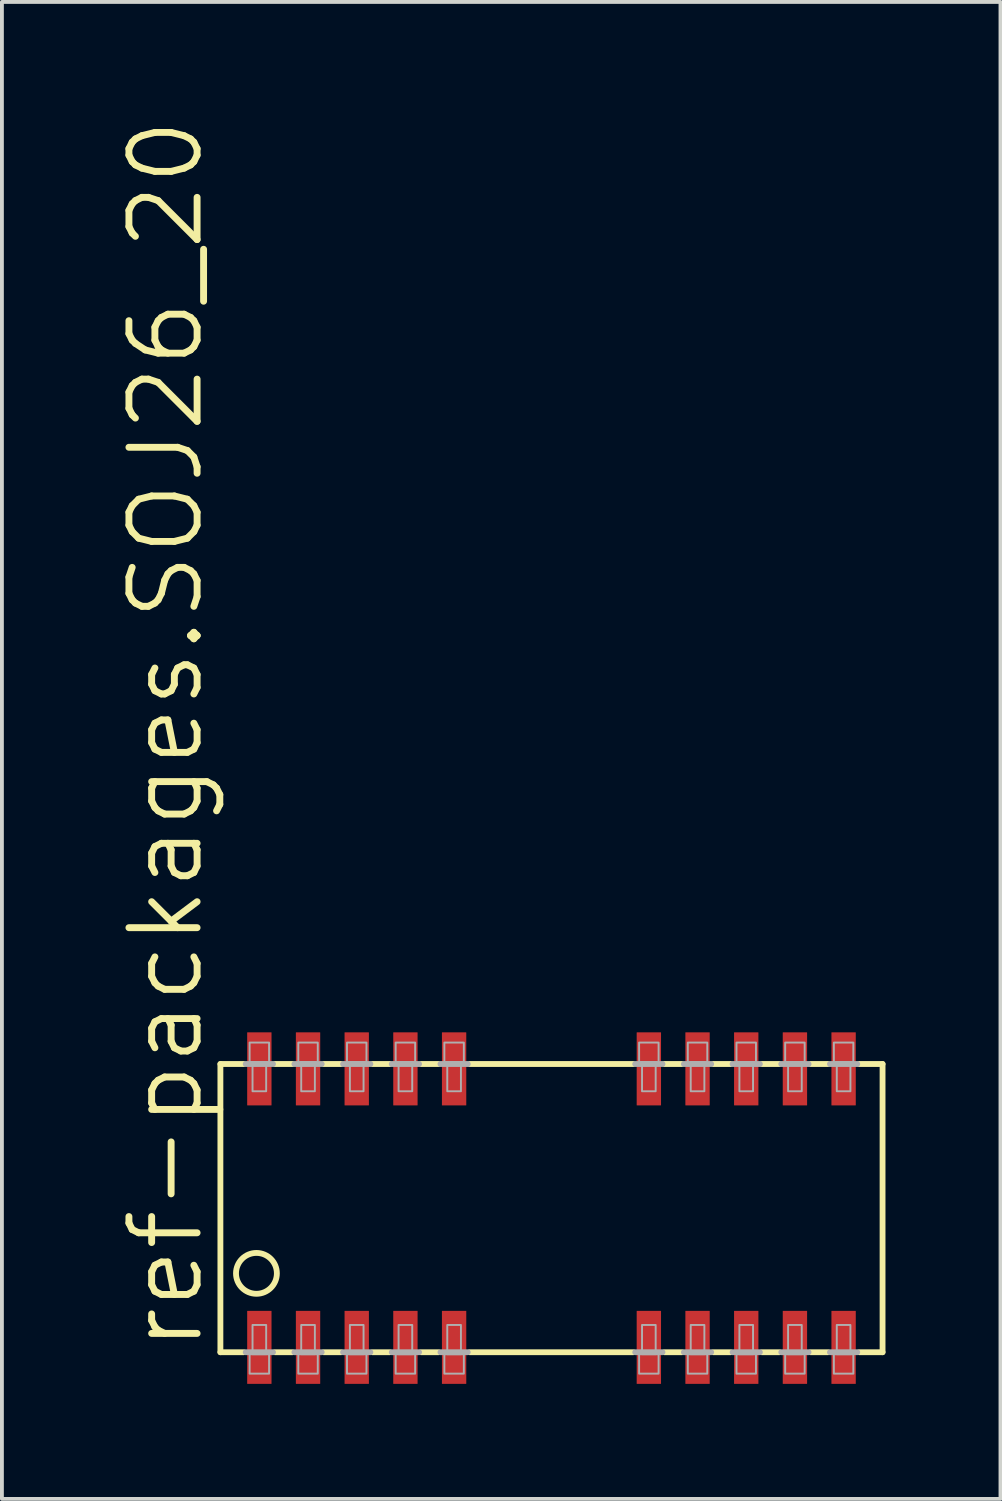
<source format=kicad_pcb>
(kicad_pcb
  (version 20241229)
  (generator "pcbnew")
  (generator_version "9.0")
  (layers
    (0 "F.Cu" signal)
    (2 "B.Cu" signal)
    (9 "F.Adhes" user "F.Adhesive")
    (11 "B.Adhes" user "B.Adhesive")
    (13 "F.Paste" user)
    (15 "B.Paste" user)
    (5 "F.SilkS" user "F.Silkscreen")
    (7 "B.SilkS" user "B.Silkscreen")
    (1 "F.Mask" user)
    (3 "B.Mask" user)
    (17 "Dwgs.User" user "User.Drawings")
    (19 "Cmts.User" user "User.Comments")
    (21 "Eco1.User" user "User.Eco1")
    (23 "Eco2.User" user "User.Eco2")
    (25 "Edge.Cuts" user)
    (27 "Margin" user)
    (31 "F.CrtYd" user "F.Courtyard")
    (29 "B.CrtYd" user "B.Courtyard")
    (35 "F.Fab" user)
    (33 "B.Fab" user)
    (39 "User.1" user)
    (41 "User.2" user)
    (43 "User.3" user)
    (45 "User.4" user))
  (footprint "ref-packages.SOJ26_20"
    (layer "F.Cu")
    (at 11.335 28.463)
    (property "Reference" "ref-packages.SOJ26_20" (at -9.017 3.81 90) (layer "F.SilkS") (effects (font (size 1.778 1.778) (thickness 0.18)) (justify left bottom)))
    (attr smd)
    (fp_line (start -8.636 -3.759) (end -8.636 3.759) (stroke (width 0.152) (type default)) (layer "F.SilkS"))
    (fp_line (start -8.636 -3.759) (end -8.026 -3.759) (stroke (width 0.152) (type default)) (layer "F.SilkS"))
    (fp_line (start -8.636 3.759) (end -8.026 3.759) (stroke (width 0.152) (type default)) (layer "F.SilkS"))
    (fp_line (start -7.214 -3.759) (end -6.756 -3.759) (stroke (width 0.152) (type default)) (layer "F.SilkS"))
    (fp_line (start -6.756 3.759) (end -7.214 3.759) (stroke (width 0.152) (type default)) (layer "F.SilkS"))
    (fp_line (start -5.944 -3.759) (end -5.486 -3.759) (stroke (width 0.152) (type default)) (layer "F.SilkS"))
    (fp_line (start -5.486 3.759) (end -5.944 3.759) (stroke (width 0.152) (type default)) (layer "F.SilkS"))
    (fp_line (start -4.674 -3.759) (end -4.216 -3.759) (stroke (width 0.152) (type default)) (layer "F.SilkS"))
    (fp_line (start -4.216 3.759) (end -4.674 3.759) (stroke (width 0.152) (type default)) (layer "F.SilkS"))
    (fp_line (start -3.404 -3.759) (end -2.946 -3.759) (stroke (width 0.152) (type default)) (layer "F.SilkS"))
    (fp_line (start -2.946 3.759) (end -3.404 3.759) (stroke (width 0.152) (type default)) (layer "F.SilkS"))
    (fp_line (start -2.134 -3.759) (end 2.134 -3.759) (stroke (width 0.152) (type default)) (layer "F.SilkS"))
    (fp_line (start 2.134 3.759) (end -2.134 3.759) (stroke (width 0.152) (type default)) (layer "F.SilkS"))
    (fp_line (start 2.946 -3.759) (end 3.404 -3.759) (stroke (width 0.152) (type default)) (layer "F.SilkS"))
    (fp_line (start 3.404 3.759) (end 2.946 3.759) (stroke (width 0.152) (type default)) (layer "F.SilkS"))
    (fp_line (start 4.216 -3.759) (end 4.674 -3.759) (stroke (width 0.152) (type default)) (layer "F.SilkS"))
    (fp_line (start 4.674 3.759) (end 4.216 3.759) (stroke (width 0.152) (type default)) (layer "F.SilkS"))
    (fp_line (start 5.486 -3.759) (end 5.944 -3.759) (stroke (width 0.152) (type default)) (layer "F.SilkS"))
    (fp_line (start 5.944 3.759) (end 5.486 3.759) (stroke (width 0.152) (type default)) (layer "F.SilkS"))
    (fp_line (start 6.756 -3.759) (end 7.214 -3.759) (stroke (width 0.152) (type default)) (layer "F.SilkS"))
    (fp_line (start 7.214 3.759) (end 6.756 3.759) (stroke (width 0.152) (type default)) (layer "F.SilkS"))
    (fp_line (start 8.636 -3.759) (end 8.026 -3.759) (stroke (width 0.152) (type default)) (layer "F.SilkS"))
    (fp_line (start 8.636 3.759) (end 8.026 3.759) (stroke (width 0.152) (type default)) (layer "F.SilkS"))
    (fp_line (start 8.636 3.759) (end 8.636 -3.759) (stroke (width 0.152) (type default)) (layer "F.SilkS"))
    (fp_circle (center -7.696 1.702) (end -7.163 1.702) (stroke (width 0.152) (type default)) (fill no) (layer "F.SilkS"))
    (fp_line (start -7.976 -3.759) (end -7.264 -3.759) (stroke (width 0.152) (type default)) (layer "F.Fab"))
    (fp_line (start -7.976 3.759) (end -7.264 3.759) (stroke (width 0.152) (type default)) (layer "F.Fab"))
    (fp_line (start -6.706 -3.759) (end -5.994 -3.759) (stroke (width 0.152) (type default)) (layer "F.Fab"))
    (fp_line (start -5.994 3.759) (end -6.706 3.759) (stroke (width 0.152) (type default)) (layer "F.Fab"))
    (fp_line (start -5.436 -3.759) (end -4.724 -3.759) (stroke (width 0.152) (type default)) (layer "F.Fab"))
    (fp_line (start -4.724 3.759) (end -5.436 3.759) (stroke (width 0.152) (type default)) (layer "F.Fab"))
    (fp_line (start -4.166 -3.759) (end -3.454 -3.759) (stroke (width 0.152) (type default)) (layer "F.Fab"))
    (fp_line (start -3.454 3.759) (end -4.166 3.759) (stroke (width 0.152) (type default)) (layer "F.Fab"))
    (fp_line (start -2.896 -3.759) (end -2.184 -3.759) (stroke (width 0.152) (type default)) (layer "F.Fab"))
    (fp_line (start -2.184 3.759) (end -2.896 3.759) (stroke (width 0.152) (type default)) (layer "F.Fab"))
    (fp_line (start 2.184 -3.759) (end 2.896 -3.759) (stroke (width 0.152) (type default)) (layer "F.Fab"))
    (fp_line (start 2.896 3.759) (end 2.184 3.759) (stroke (width 0.152) (type default)) (layer "F.Fab"))
    (fp_line (start 3.454 -3.759) (end 4.166 -3.759) (stroke (width 0.152) (type default)) (layer "F.Fab"))
    (fp_line (start 4.166 3.759) (end 3.454 3.759) (stroke (width 0.152) (type default)) (layer "F.Fab"))
    (fp_line (start 4.724 -3.759) (end 5.436 -3.759) (stroke (width 0.152) (type default)) (layer "F.Fab"))
    (fp_line (start 5.436 3.759) (end 4.724 3.759) (stroke (width 0.152) (type default)) (layer "F.Fab"))
    (fp_line (start 5.994 -3.759) (end 6.706 -3.759) (stroke (width 0.152) (type default)) (layer "F.Fab"))
    (fp_line (start 6.706 3.759) (end 5.994 3.759) (stroke (width 0.152) (type default)) (layer "F.Fab"))
    (fp_line (start 7.976 -3.759) (end 7.264 -3.759) (stroke (width 0.152) (type default)) (layer "F.Fab"))
    (fp_line (start 7.976 3.759) (end 7.264 3.759) (stroke (width 0.152) (type default)) (layer "F.Fab"))
    (fp_rect (start -7.874 -3.81) (end -7.366 -4.318) (stroke (width 0.05) (type default)) (fill no) (layer "F.Fab"))
    (fp_rect (start -7.874 4.318) (end -7.366 3.81) (stroke (width 0.05) (type default)) (fill no) (layer "F.Fab"))
    (fp_rect (start -7.798 -3.048) (end -7.442 -3.81) (stroke (width 0.05) (type default)) (fill no) (layer "F.Fab"))
    (fp_rect (start -7.798 3.81) (end -7.442 3.048) (stroke (width 0.05) (type default)) (fill no) (layer "F.Fab"))
    (fp_rect (start -6.604 -3.81) (end -6.096 -4.318) (stroke (width 0.05) (type default)) (fill no) (layer "F.Fab"))
    (fp_rect (start -6.604 4.318) (end -6.096 3.81) (stroke (width 0.05) (type default)) (fill no) (layer "F.Fab"))
    (fp_rect (start -6.528 -3.048) (end -6.172 -3.81) (stroke (width 0.05) (type default)) (fill no) (layer "F.Fab"))
    (fp_rect (start -6.528 3.81) (end -6.172 3.048) (stroke (width 0.05) (type default)) (fill no) (layer "F.Fab"))
    (fp_rect (start -5.334 -3.81) (end -4.826 -4.318) (stroke (width 0.05) (type default)) (fill no) (layer "F.Fab"))
    (fp_rect (start -5.334 4.318) (end -4.826 3.81) (stroke (width 0.05) (type default)) (fill no) (layer "F.Fab"))
    (fp_rect (start -5.258 -3.048) (end -4.902 -3.81) (stroke (width 0.05) (type default)) (fill no) (layer "F.Fab"))
    (fp_rect (start -5.258 3.81) (end -4.902 3.048) (stroke (width 0.05) (type default)) (fill no) (layer "F.Fab"))
    (fp_rect (start -4.064 -3.81) (end -3.556 -4.318) (stroke (width 0.05) (type default)) (fill no) (layer "F.Fab"))
    (fp_rect (start -4.064 4.318) (end -3.556 3.81) (stroke (width 0.05) (type default)) (fill no) (layer "F.Fab"))
    (fp_rect (start -3.988 -3.048) (end -3.632 -3.81) (stroke (width 0.05) (type default)) (fill no) (layer "F.Fab"))
    (fp_rect (start -3.988 3.81) (end -3.632 3.048) (stroke (width 0.05) (type default)) (fill no) (layer "F.Fab"))
    (fp_rect (start -2.794 -3.81) (end -2.286 -4.318) (stroke (width 0.05) (type default)) (fill no) (layer "F.Fab"))
    (fp_rect (start -2.794 4.318) (end -2.286 3.81) (stroke (width 0.05) (type default)) (fill no) (layer "F.Fab"))
    (fp_rect (start -2.718 -3.048) (end -2.362 -3.81) (stroke (width 0.05) (type default)) (fill no) (layer "F.Fab"))
    (fp_rect (start -2.718 3.81) (end -2.362 3.048) (stroke (width 0.05) (type default)) (fill no) (layer "F.Fab"))
    (fp_rect (start 2.286 -3.81) (end 2.794 -4.318) (stroke (width 0.05) (type default)) (fill no) (layer "F.Fab"))
    (fp_rect (start 2.286 4.318) (end 2.794 3.81) (stroke (width 0.05) (type default)) (fill no) (layer "F.Fab"))
    (fp_rect (start 2.362 -3.048) (end 2.718 -3.81) (stroke (width 0.05) (type default)) (fill no) (layer "F.Fab"))
    (fp_rect (start 2.362 3.81) (end 2.718 3.048) (stroke (width 0.05) (type default)) (fill no) (layer "F.Fab"))
    (fp_rect (start 3.556 -3.81) (end 4.064 -4.318) (stroke (width 0.05) (type default)) (fill no) (layer "F.Fab"))
    (fp_rect (start 3.556 4.318) (end 4.064 3.81) (stroke (width 0.05) (type default)) (fill no) (layer "F.Fab"))
    (fp_rect (start 3.632 -3.048) (end 3.988 -3.81) (stroke (width 0.05) (type default)) (fill no) (layer "F.Fab"))
    (fp_rect (start 3.632 3.81) (end 3.988 3.048) (stroke (width 0.05) (type default)) (fill no) (layer "F.Fab"))
    (fp_rect (start 4.826 -3.81) (end 5.334 -4.318) (stroke (width 0.05) (type default)) (fill no) (layer "F.Fab"))
    (fp_rect (start 4.826 4.318) (end 5.334 3.81) (stroke (width 0.05) (type default)) (fill no) (layer "F.Fab"))
    (fp_rect (start 4.902 -3.048) (end 5.258 -3.81) (stroke (width 0.05) (type default)) (fill no) (layer "F.Fab"))
    (fp_rect (start 4.902 3.81) (end 5.258 3.048) (stroke (width 0.05) (type default)) (fill no) (layer "F.Fab"))
    (fp_rect (start 6.096 -3.81) (end 6.604 -4.318) (stroke (width 0.05) (type default)) (fill no) (layer "F.Fab"))
    (fp_rect (start 6.096 4.318) (end 6.604 3.81) (stroke (width 0.05) (type default)) (fill no) (layer "F.Fab"))
    (fp_rect (start 6.172 -3.048) (end 6.528 -3.81) (stroke (width 0.05) (type default)) (fill no) (layer "F.Fab"))
    (fp_rect (start 6.172 3.81) (end 6.528 3.048) (stroke (width 0.05) (type default)) (fill no) (layer "F.Fab"))
    (fp_rect (start 7.366 -3.81) (end 7.874 -4.318) (stroke (width 0.05) (type default)) (fill no) (layer "F.Fab"))
    (fp_rect (start 7.366 4.318) (end 7.874 3.81) (stroke (width 0.05) (type default)) (fill no) (layer "F.Fab"))
    (fp_rect (start 7.442 -3.048) (end 7.798 -3.81) (stroke (width 0.05) (type default)) (fill no) (layer "F.Fab"))
    (fp_rect (start 7.442 3.81) (end 7.798 3.048) (stroke (width 0.05) (type default)) (fill no) (layer "F.Fab"))
    (pad "1" smd roundrect (at -7.62 3.632) (size 0.635 1.905) (layers "F.Cu" "F.Mask" "F.Paste") (roundrect_rratio 0.01))
    (pad "2" smd roundrect (at -6.35 3.632) (size 0.635 1.905) (layers "F.Cu" "F.Mask" "F.Paste") (roundrect_rratio 0.01))
    (pad "3" smd roundrect (at -5.08 3.632) (size 0.635 1.905) (layers "F.Cu" "F.Mask" "F.Paste") (roundrect_rratio 0.01))
    (pad "4" smd roundrect (at -3.81 3.632) (size 0.635 1.905) (layers "F.Cu" "F.Mask" "F.Paste") (roundrect_rratio 0.01))
    (pad "5" smd roundrect (at -2.54 3.632) (size 0.635 1.905) (layers "F.Cu" "F.Mask" "F.Paste") (roundrect_rratio 0.01))
    (pad "9" smd roundrect (at 2.54 3.632) (size 0.635 1.905) (layers "F.Cu" "F.Mask" "F.Paste") (roundrect_rratio 0.01))
    (pad "10" smd roundrect (at 3.81 3.632) (size 0.635 1.905) (layers "F.Cu" "F.Mask" "F.Paste") (roundrect_rratio 0.01))
    (pad "11" smd roundrect (at 5.08 3.632) (size 0.635 1.905) (layers "F.Cu" "F.Mask" "F.Paste") (roundrect_rratio 0.01))
    (pad "12" smd roundrect (at 6.35 3.632) (size 0.635 1.905) (layers "F.Cu" "F.Mask" "F.Paste") (roundrect_rratio 0.01))
    (pad "13" smd roundrect (at 7.62 3.632) (size 0.635 1.905) (layers "F.Cu" "F.Mask" "F.Paste") (roundrect_rratio 0.01))
    (pad "14" smd roundrect (at 7.62 -3.632) (size 0.635 1.905) (layers "F.Cu" "F.Mask" "F.Paste") (roundrect_rratio 0.01))
    (pad "15" smd roundrect (at 6.35 -3.632) (size 0.635 1.905) (layers "F.Cu" "F.Mask" "F.Paste") (roundrect_rratio 0.01))
    (pad "16" smd roundrect (at 5.08 -3.632) (size 0.635 1.905) (layers "F.Cu" "F.Mask" "F.Paste") (roundrect_rratio 0.01))
    (pad "17" smd roundrect (at 3.81 -3.632) (size 0.635 1.905) (layers "F.Cu" "F.Mask" "F.Paste") (roundrect_rratio 0.01))
    (pad "18" smd roundrect (at 2.54 -3.632) (size 0.635 1.905) (layers "F.Cu" "F.Mask" "F.Paste") (roundrect_rratio 0.01))
    (pad "22" smd roundrect (at -2.54 -3.632) (size 0.635 1.905) (layers "F.Cu" "F.Mask" "F.Paste") (roundrect_rratio 0.01))
    (pad "23" smd roundrect (at -3.81 -3.632) (size 0.635 1.905) (layers "F.Cu" "F.Mask" "F.Paste") (roundrect_rratio 0.01))
    (pad "24" smd roundrect (at -5.08 -3.632) (size 0.635 1.905) (layers "F.Cu" "F.Mask" "F.Paste") (roundrect_rratio 0.01))
    (pad "25" smd roundrect (at -6.35 -3.632) (size 0.635 1.905) (layers "F.Cu" "F.Mask" "F.Paste") (roundrect_rratio 0.01))
    (pad "26" smd roundrect (at -7.62 -3.632) (size 0.635 1.905) (layers "F.Cu" "F.Mask" "F.Paste") (roundrect_rratio 0.01)))
  (gr_rect
    (start -3 -3)
    (end 23.047 36.048)
    (stroke (width 0.1) (type default))
    (fill no)
    (layer "Edge.Cuts")))
</source>
